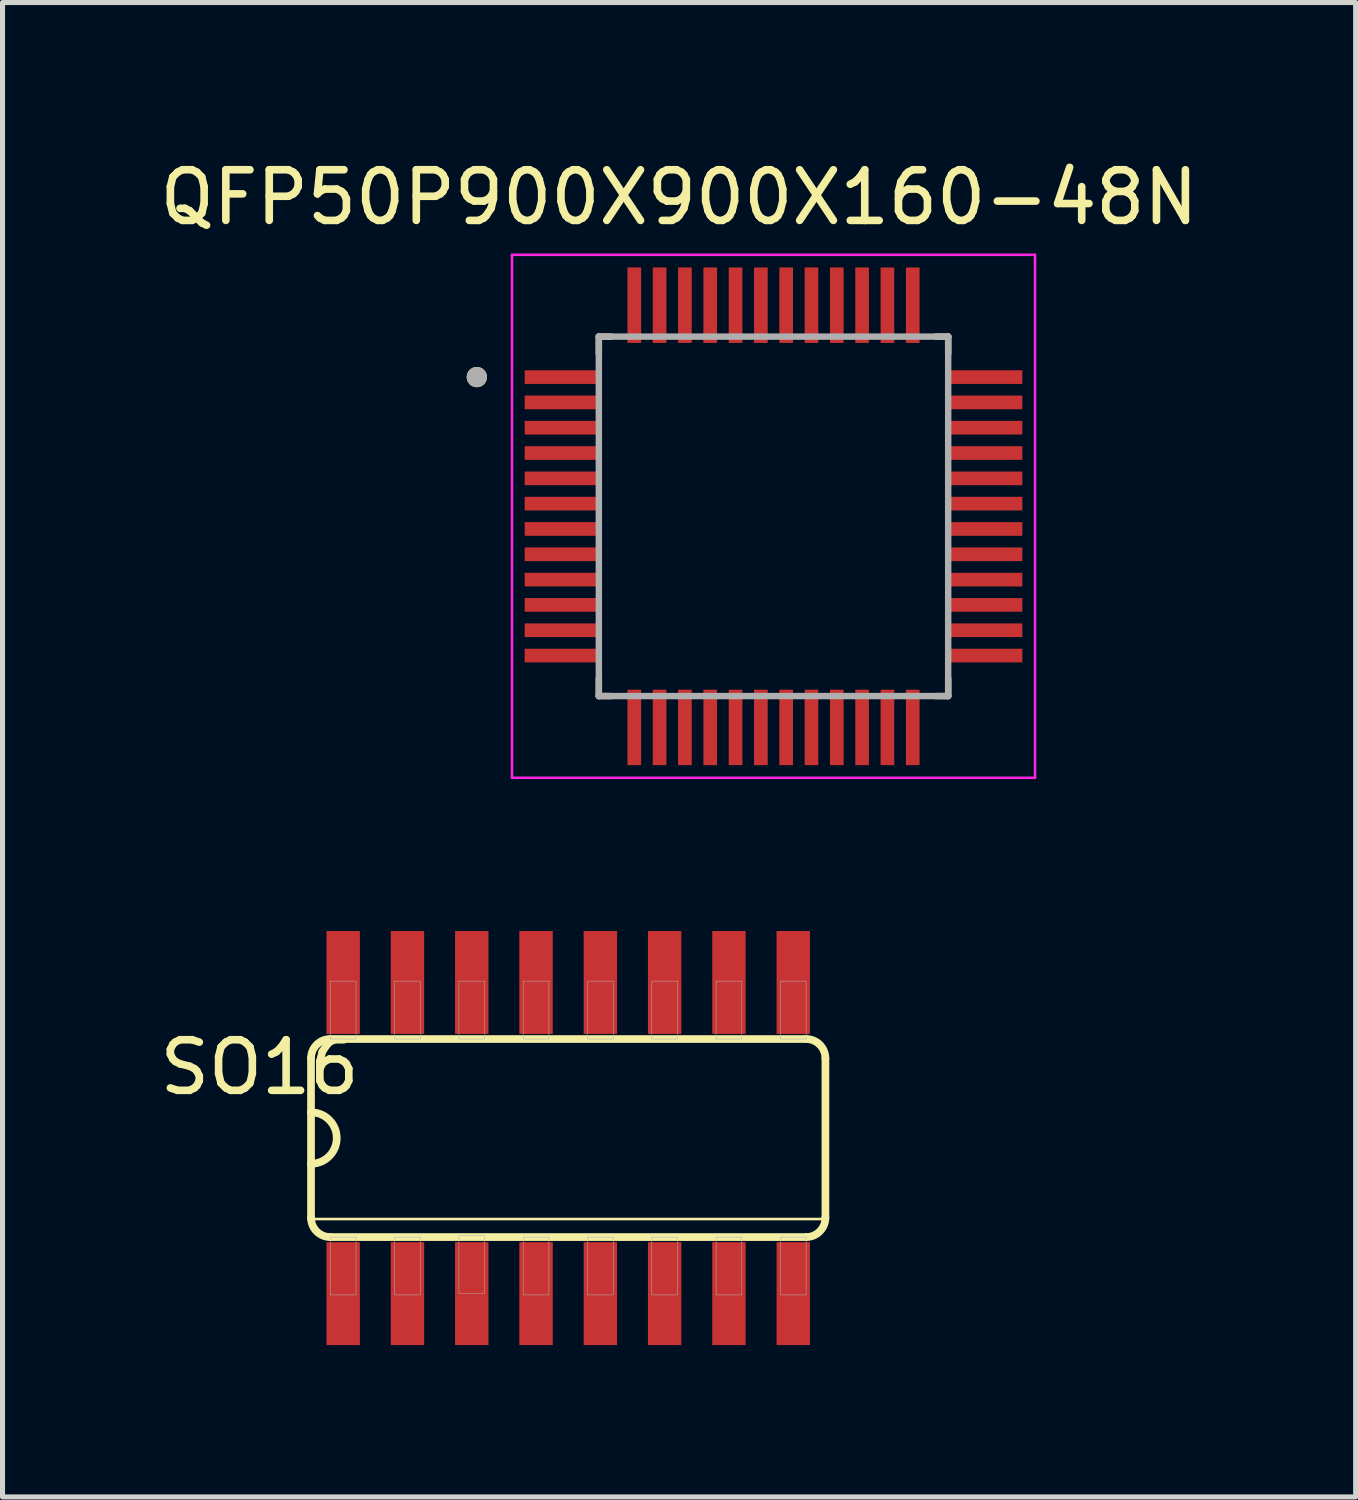
<source format=kicad_pcb>
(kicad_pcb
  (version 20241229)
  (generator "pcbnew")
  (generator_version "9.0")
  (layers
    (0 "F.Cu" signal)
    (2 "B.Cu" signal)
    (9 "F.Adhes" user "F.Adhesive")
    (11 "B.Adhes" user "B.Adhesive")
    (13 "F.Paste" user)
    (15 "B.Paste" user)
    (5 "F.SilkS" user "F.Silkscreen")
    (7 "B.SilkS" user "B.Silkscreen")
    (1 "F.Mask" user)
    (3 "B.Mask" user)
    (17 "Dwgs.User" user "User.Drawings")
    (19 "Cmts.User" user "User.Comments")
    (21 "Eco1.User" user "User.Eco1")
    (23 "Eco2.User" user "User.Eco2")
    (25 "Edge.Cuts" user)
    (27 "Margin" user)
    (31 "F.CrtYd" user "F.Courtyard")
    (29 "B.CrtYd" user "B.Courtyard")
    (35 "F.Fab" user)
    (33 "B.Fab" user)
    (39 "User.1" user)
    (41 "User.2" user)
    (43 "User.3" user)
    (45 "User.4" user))
  (footprint "SO16"
    (layer "F.Cu")
    (at 8.173 19.428)
    (property "Reference" "SO16" (at -6.096 -1.397 180) (layer "F.SilkS") (effects (font (size 1 1) (thickness 0.15))))
    (attr through_hole)
    (fp_line (start -5.08 -1.575) (end -5.08 -0.508) (stroke (width 0.152) (type solid)) (layer "F.SilkS"))
    (fp_line (start -5.08 -0.508) (end -5.08 0.508) (stroke (width 0.152) (type solid)) (layer "F.SilkS"))
    (fp_line (start -5.08 0.508) (end -5.08 1.575) (stroke (width 0.152) (type solid)) (layer "F.SilkS"))
    (fp_line (start -5.08 1.6) (end 5.08 1.6) (stroke (width 0.051) (type solid)) (layer "F.SilkS"))
    (fp_line (start -4.699 1.956) (end 4.699 1.956) (stroke (width 0.152) (type solid)) (layer "F.SilkS"))
    (fp_line (start 4.699 -1.956) (end -4.699 -1.956) (stroke (width 0.152) (type solid)) (layer "F.SilkS"))
    (fp_line (start 5.08 1.575) (end 5.08 -1.575) (stroke (width 0.152) (type solid)) (layer "F.SilkS"))
    (fp_arc (start -5.08 -1.5748) (mid -4.968408 -1.844208) (end -4.699 -1.9558) (stroke (width 0.1524) (type solid)) (layer "F.SilkS"))
    (fp_arc (start -5.08 -0.508) (mid -4.572 0) (end -5.08 0.508) (stroke (width 0.1524) (type solid)) (layer "F.SilkS"))
    (fp_arc (start -4.699 1.9558) (mid -4.968408 1.844208) (end -5.08 1.5748) (stroke (width 0.1524) (type solid)) (layer "F.SilkS"))
    (fp_arc (start 4.699 -1.9558) (mid 4.968408 -1.844208) (end 5.08 -1.5748) (stroke (width 0.1524) (type solid)) (layer "F.SilkS"))
    (fp_arc (start 5.08 1.5748) (mid 4.968408 1.844208) (end 4.699 1.9558) (stroke (width 0.1524) (type solid)) (layer "F.SilkS"))
    (fp_poly (pts (xy -4.699 -3.099) (xy -4.191 -3.099) (xy -4.191 -1.956) (xy -4.699 -1.956)) (stroke (width 0.01) (type solid)) (fill no) (layer "F.Fab"))
    (fp_poly (pts (xy -4.699 1.956) (xy -4.191 1.956) (xy -4.191 3.099) (xy -4.699 3.099)) (stroke (width 0.01) (type solid)) (fill no) (layer "F.Fab"))
    (fp_poly (pts (xy -3.429 -3.099) (xy -2.921 -3.099) (xy -2.921 -1.956) (xy -3.429 -1.956)) (stroke (width 0.01) (type solid)) (fill no) (layer "F.Fab"))
    (fp_poly (pts (xy -3.429 1.956) (xy -2.921 1.956) (xy -2.921 3.099) (xy -3.429 3.099)) (stroke (width 0.01) (type solid)) (fill no) (layer "F.Fab"))
    (fp_poly (pts (xy -2.159 -3.099) (xy -1.651 -3.099) (xy -1.651 -1.956) (xy -2.159 -1.956)) (stroke (width 0.01) (type solid)) (fill no) (layer "F.Fab"))
    (fp_poly (pts (xy -2.159 1.93) (xy -1.651 1.93) (xy -1.651 3.073) (xy -2.159 3.073)) (stroke (width 0.01) (type solid)) (fill no) (layer "F.Fab"))
    (fp_poly (pts (xy -0.889 -3.099) (xy -0.381 -3.099) (xy -0.381 -1.956) (xy -0.889 -1.956)) (stroke (width 0.01) (type solid)) (fill no) (layer "F.Fab"))
    (fp_poly (pts (xy -0.889 1.956) (xy -0.381 1.956) (xy -0.381 3.099) (xy -0.889 3.099)) (stroke (width 0.01) (type solid)) (fill no) (layer "F.Fab"))
    (fp_poly (pts (xy 0.381 -3.099) (xy 0.889 -3.099) (xy 0.889 -1.956) (xy 0.381 -1.956)) (stroke (width 0.01) (type solid)) (fill no) (layer "F.Fab"))
    (fp_poly (pts (xy 0.381 1.956) (xy 0.889 1.956) (xy 0.889 3.099) (xy 0.381 3.099)) (stroke (width 0.01) (type solid)) (fill no) (layer "F.Fab"))
    (fp_poly (pts (xy 1.651 -3.099) (xy 2.159 -3.099) (xy 2.159 -1.956) (xy 1.651 -1.956)) (stroke (width 0.01) (type solid)) (fill no) (layer "F.Fab"))
    (fp_poly (pts (xy 1.651 1.956) (xy 2.159 1.956) (xy 2.159 3.099) (xy 1.651 3.099)) (stroke (width 0.01) (type solid)) (fill no) (layer "F.Fab"))
    (fp_poly (pts (xy 2.921 -3.099) (xy 3.429 -3.099) (xy 3.429 -1.956) (xy 2.921 -1.956)) (stroke (width 0.01) (type solid)) (fill no) (layer "F.Fab"))
    (fp_poly (pts (xy 2.921 1.956) (xy 3.429 1.956) (xy 3.429 3.099) (xy 2.921 3.099)) (stroke (width 0.01) (type solid)) (fill no) (layer "F.Fab"))
    (fp_poly (pts (xy 4.191 -3.099) (xy 4.699 -3.099) (xy 4.699 -1.956) (xy 4.191 -1.956)) (stroke (width 0.01) (type solid)) (fill no) (layer "F.Fab"))
    (fp_poly (pts (xy 4.191 1.956) (xy 4.699 1.956) (xy 4.699 3.099) (xy 4.191 3.099)) (stroke (width 0.01) (type solid)) (fill no) (layer "F.Fab"))
    (pad "1" smd rect (at -4.445 3.073) (size 0.66 2.032) (layers "F.Cu" "F.Mask" "F.Paste"))
    (pad "2" smd rect (at -3.175 3.073) (size 0.66 2.032) (layers "F.Cu" "F.Mask" "F.Paste"))
    (pad "3" smd rect (at -1.905 3.073) (size 0.66 2.032) (layers "F.Cu" "F.Mask" "F.Paste"))
    (pad "4" smd rect (at -0.635 3.073) (size 0.66 2.032) (layers "F.Cu" "F.Mask" "F.Paste"))
    (pad "5" smd rect (at 0.635 3.073) (size 0.66 2.032) (layers "F.Cu" "F.Mask" "F.Paste"))
    (pad "6" smd rect (at 1.905 3.073) (size 0.66 2.032) (layers "F.Cu" "F.Mask" "F.Paste"))
    (pad "7" smd rect (at 3.175 3.073) (size 0.66 2.032) (layers "F.Cu" "F.Mask" "F.Paste"))
    (pad "8" smd rect (at 4.445 3.073) (size 0.66 2.032) (layers "F.Cu" "F.Mask" "F.Paste"))
    (pad "9" smd rect (at 4.445 -3.073) (size 0.66 2.032) (layers "F.Cu" "F.Mask" "F.Paste"))
    (pad "10" smd rect (at 3.175 -3.073) (size 0.66 2.032) (layers "F.Cu" "F.Mask" "F.Paste"))
    (pad "11" smd rect (at 1.905 -3.073) (size 0.66 2.032) (layers "F.Cu" "F.Mask" "F.Paste"))
    (pad "12" smd rect (at 0.635 -3.073) (size 0.66 2.032) (layers "F.Cu" "F.Mask" "F.Paste"))
    (pad "13" smd rect (at -0.635 -3.073) (size 0.66 2.032) (layers "F.Cu" "F.Mask" "F.Paste"))
    (pad "14" smd rect (at -1.905 -3.073) (size 0.66 2.032) (layers "F.Cu" "F.Mask" "F.Paste"))
    (pad "15" smd rect (at -3.175 -3.073) (size 0.66 2.032) (layers "F.Cu" "F.Mask" "F.Paste"))
    (pad "16" smd rect (at -4.445 -3.073) (size 0.66 2.032) (layers "F.Cu" "F.Mask" "F.Paste")))
  (footprint "QFP50P900X900X160-48N"
    (layer "F.Cu")
    (at 12.228 7.148)
    (property "Reference" "QFP50P900X900X160-48N" (at -1.865 -6.3 0) (layer "F.SilkS") (effects (font (size 1 1) (thickness 0.15))))
    (attr through_hole)
    (fp_line (start -3.45 -3.55) (end -3.45 -3.205) (stroke (width 0.127) (type solid)) (layer "F.SilkS"))
    (fp_line (start -3.45 -3.55) (end -3.205 -3.55) (stroke (width 0.127) (type solid)) (layer "F.SilkS"))
    (fp_line (start -3.45 3.55) (end -3.45 3.205) (stroke (width 0.127) (type solid)) (layer "F.SilkS"))
    (fp_line (start -3.45 3.55) (end -3.205 3.55) (stroke (width 0.127) (type solid)) (layer "F.SilkS"))
    (fp_line (start 3.45 -3.55) (end 3.205 -3.55) (stroke (width 0.127) (type solid)) (layer "F.SilkS"))
    (fp_line (start 3.45 -3.55) (end 3.45 -3.205) (stroke (width 0.127) (type solid)) (layer "F.SilkS"))
    (fp_line (start 3.45 3.55) (end 3.205 3.55) (stroke (width 0.127) (type solid)) (layer "F.SilkS"))
    (fp_line (start 3.45 3.55) (end 3.45 3.205) (stroke (width 0.127) (type solid)) (layer "F.SilkS"))
    (fp_circle (center -5.86 -2.75) (end -5.76 -2.75) (stroke (width 0.2) (type solid)) (fill no) (layer "F.SilkS"))
    (fp_line (start -5.165 -5.165) (end 5.165 -5.165) (stroke (width 0.05) (type solid)) (layer "F.CrtYd"))
    (fp_line (start -5.165 5.165) (end -5.165 -5.165) (stroke (width 0.05) (type solid)) (layer "F.CrtYd"))
    (fp_line (start -5.165 5.165) (end 5.165 5.165) (stroke (width 0.05) (type solid)) (layer "F.CrtYd"))
    (fp_line (start 5.165 5.165) (end 5.165 -5.165) (stroke (width 0.05) (type solid)) (layer "F.CrtYd"))
    (fp_line (start -3.45 3.55) (end -3.45 -3.55) (stroke (width 0.127) (type solid)) (layer "F.Fab"))
    (fp_line (start 3.45 -3.55) (end -3.45 -3.55) (stroke (width 0.127) (type solid)) (layer "F.Fab"))
    (fp_line (start 3.45 3.55) (end -3.45 3.55) (stroke (width 0.127) (type solid)) (layer "F.Fab"))
    (fp_line (start 3.45 3.55) (end 3.45 -3.55) (stroke (width 0.127) (type solid)) (layer "F.Fab"))
    (fp_circle (center -5.86 -2.75) (end -5.76 -2.75) (stroke (width 0.2) (type solid)) (fill no) (layer "F.Fab"))
    (pad "1" smd roundrect (at -4.17 -2.75) (size 1.49 0.27) (layers "F.Cu" "F.Mask" "F.Paste") (roundrect_rratio 0.03))
    (pad "2" smd roundrect (at -4.17 -2.25) (size 1.49 0.27) (layers "F.Cu" "F.Mask" "F.Paste") (roundrect_rratio 0.03))
    (pad "3" smd roundrect (at -4.17 -1.75) (size 1.49 0.27) (layers "F.Cu" "F.Mask" "F.Paste") (roundrect_rratio 0.03))
    (pad "4" smd roundrect (at -4.17 -1.25) (size 1.49 0.27) (layers "F.Cu" "F.Mask" "F.Paste") (roundrect_rratio 0.03))
    (pad "5" smd roundrect (at -4.17 -0.75) (size 1.49 0.27) (layers "F.Cu" "F.Mask" "F.Paste") (roundrect_rratio 0.03))
    (pad "6" smd roundrect (at -4.17 -0.25) (size 1.49 0.27) (layers "F.Cu" "F.Mask" "F.Paste") (roundrect_rratio 0.03))
    (pad "7" smd roundrect (at -4.17 0.25) (size 1.49 0.27) (layers "F.Cu" "F.Mask" "F.Paste") (roundrect_rratio 0.03))
    (pad "8" smd roundrect (at -4.17 0.75) (size 1.49 0.27) (layers "F.Cu" "F.Mask" "F.Paste") (roundrect_rratio 0.03))
    (pad "9" smd roundrect (at -4.17 1.25) (size 1.49 0.27) (layers "F.Cu" "F.Mask" "F.Paste") (roundrect_rratio 0.03))
    (pad "10" smd roundrect (at -4.17 1.75) (size 1.49 0.27) (layers "F.Cu" "F.Mask" "F.Paste") (roundrect_rratio 0.03))
    (pad "11" smd roundrect (at -4.17 2.25) (size 1.49 0.27) (layers "F.Cu" "F.Mask" "F.Paste") (roundrect_rratio 0.03))
    (pad "12" smd roundrect (at -4.17 2.75) (size 1.49 0.27) (layers "F.Cu" "F.Mask" "F.Paste") (roundrect_rratio 0.03))
    (pad "13" smd roundrect (at -2.75 4.17 90) (size 1.49 0.27) (layers "F.Cu" "F.Mask" "F.Paste") (roundrect_rratio 0.03))
    (pad "14" smd roundrect (at -2.25 4.17 90) (size 1.49 0.27) (layers "F.Cu" "F.Mask" "F.Paste") (roundrect_rratio 0.03))
    (pad "15" smd roundrect (at -1.75 4.17 90) (size 1.49 0.27) (layers "F.Cu" "F.Mask" "F.Paste") (roundrect_rratio 0.03))
    (pad "16" smd roundrect (at -1.25 4.17 90) (size 1.49 0.27) (layers "F.Cu" "F.Mask" "F.Paste") (roundrect_rratio 0.03))
    (pad "17" smd roundrect (at -0.75 4.17 90) (size 1.49 0.27) (layers "F.Cu" "F.Mask" "F.Paste") (roundrect_rratio 0.03))
    (pad "18" smd roundrect (at -0.25 4.17 90) (size 1.49 0.27) (layers "F.Cu" "F.Mask" "F.Paste") (roundrect_rratio 0.03))
    (pad "19" smd roundrect (at 0.25 4.17 90) (size 1.49 0.27) (layers "F.Cu" "F.Mask" "F.Paste") (roundrect_rratio 0.03))
    (pad "20" smd roundrect (at 0.75 4.17 90) (size 1.49 0.27) (layers "F.Cu" "F.Mask" "F.Paste") (roundrect_rratio 0.03))
    (pad "21" smd roundrect (at 1.25 4.17 90) (size 1.49 0.27) (layers "F.Cu" "F.Mask" "F.Paste") (roundrect_rratio 0.03))
    (pad "22" smd roundrect (at 1.75 4.17 90) (size 1.49 0.27) (layers "F.Cu" "F.Mask" "F.Paste") (roundrect_rratio 0.03))
    (pad "23" smd roundrect (at 2.25 4.17 90) (size 1.49 0.27) (layers "F.Cu" "F.Mask" "F.Paste") (roundrect_rratio 0.03))
    (pad "24" smd roundrect (at 2.75 4.17 90) (size 1.49 0.27) (layers "F.Cu" "F.Mask" "F.Paste") (roundrect_rratio 0.03))
    (pad "25" smd roundrect (at 4.17 2.75) (size 1.49 0.27) (layers "F.Cu" "F.Mask" "F.Paste") (roundrect_rratio 0.03))
    (pad "26" smd roundrect (at 4.17 2.25) (size 1.49 0.27) (layers "F.Cu" "F.Mask" "F.Paste") (roundrect_rratio 0.03))
    (pad "27" smd roundrect (at 4.17 1.75) (size 1.49 0.27) (layers "F.Cu" "F.Mask" "F.Paste") (roundrect_rratio 0.03))
    (pad "28" smd roundrect (at 4.17 1.25) (size 1.49 0.27) (layers "F.Cu" "F.Mask" "F.Paste") (roundrect_rratio 0.03))
    (pad "29" smd roundrect (at 4.17 0.75) (size 1.49 0.27) (layers "F.Cu" "F.Mask" "F.Paste") (roundrect_rratio 0.03))
    (pad "30" smd roundrect (at 4.17 0.25) (size 1.49 0.27) (layers "F.Cu" "F.Mask" "F.Paste") (roundrect_rratio 0.03))
    (pad "31" smd roundrect (at 4.17 -0.25) (size 1.49 0.27) (layers "F.Cu" "F.Mask" "F.Paste") (roundrect_rratio 0.03))
    (pad "32" smd roundrect (at 4.17 -0.75) (size 1.49 0.27) (layers "F.Cu" "F.Mask" "F.Paste") (roundrect_rratio 0.03))
    (pad "33" smd roundrect (at 4.17 -1.25) (size 1.49 0.27) (layers "F.Cu" "F.Mask" "F.Paste") (roundrect_rratio 0.03))
    (pad "34" smd roundrect (at 4.17 -1.75) (size 1.49 0.27) (layers "F.Cu" "F.Mask" "F.Paste") (roundrect_rratio 0.03))
    (pad "35" smd roundrect (at 4.17 -2.25) (size 1.49 0.27) (layers "F.Cu" "F.Mask" "F.Paste") (roundrect_rratio 0.03))
    (pad "36" smd roundrect (at 4.17 -2.75) (size 1.49 0.27) (layers "F.Cu" "F.Mask" "F.Paste") (roundrect_rratio 0.03))
    (pad "37" smd roundrect (at 2.75 -4.17 90) (size 1.49 0.27) (layers "F.Cu" "F.Mask" "F.Paste") (roundrect_rratio 0.03))
    (pad "38" smd roundrect (at 2.25 -4.17 90) (size 1.49 0.27) (layers "F.Cu" "F.Mask" "F.Paste") (roundrect_rratio 0.03))
    (pad "39" smd roundrect (at 1.75 -4.17 90) (size 1.49 0.27) (layers "F.Cu" "F.Mask" "F.Paste") (roundrect_rratio 0.03))
    (pad "40" smd roundrect (at 1.25 -4.17 90) (size 1.49 0.27) (layers "F.Cu" "F.Mask" "F.Paste") (roundrect_rratio 0.03))
    (pad "41" smd roundrect (at 0.75 -4.17 90) (size 1.49 0.27) (layers "F.Cu" "F.Mask" "F.Paste") (roundrect_rratio 0.03))
    (pad "42" smd roundrect (at 0.25 -4.17 90) (size 1.49 0.27) (layers "F.Cu" "F.Mask" "F.Paste") (roundrect_rratio 0.03))
    (pad "43" smd roundrect (at -0.25 -4.17 90) (size 1.49 0.27) (layers "F.Cu" "F.Mask" "F.Paste") (roundrect_rratio 0.03))
    (pad "44" smd roundrect (at -0.75 -4.17 90) (size 1.49 0.27) (layers "F.Cu" "F.Mask" "F.Paste") (roundrect_rratio 0.03))
    (pad "45" smd roundrect (at -1.25 -4.17 90) (size 1.49 0.27) (layers "F.Cu" "F.Mask" "F.Paste") (roundrect_rratio 0.03))
    (pad "46" smd roundrect (at -1.75 -4.17 90) (size 1.49 0.27) (layers "F.Cu" "F.Mask" "F.Paste") (roundrect_rratio 0.03))
    (pad "47" smd roundrect (at -2.25 -4.17 90) (size 1.49 0.27) (layers "F.Cu" "F.Mask" "F.Paste") (roundrect_rratio 0.03))
    (pad "48" smd roundrect (at -2.75 -4.17 90) (size 1.49 0.27) (layers "F.Cu" "F.Mask" "F.Paste") (roundrect_rratio 0.03)))
  (gr_rect
    (start -3 -3)
    (end 23.726 26.517)
    (stroke (width 0.1) (type default))
    (fill no)
    (layer "Edge.Cuts")))
</source>
